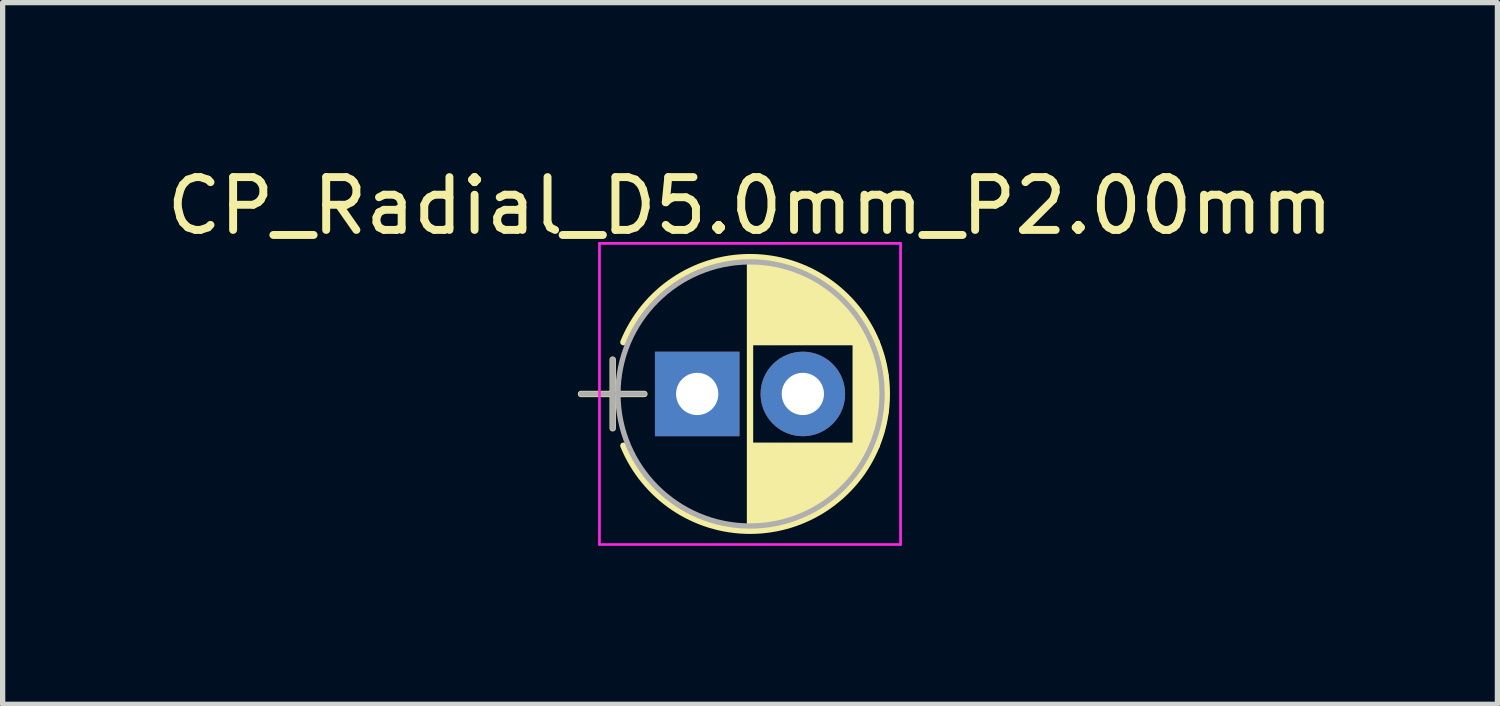
<source format=kicad_pcb>
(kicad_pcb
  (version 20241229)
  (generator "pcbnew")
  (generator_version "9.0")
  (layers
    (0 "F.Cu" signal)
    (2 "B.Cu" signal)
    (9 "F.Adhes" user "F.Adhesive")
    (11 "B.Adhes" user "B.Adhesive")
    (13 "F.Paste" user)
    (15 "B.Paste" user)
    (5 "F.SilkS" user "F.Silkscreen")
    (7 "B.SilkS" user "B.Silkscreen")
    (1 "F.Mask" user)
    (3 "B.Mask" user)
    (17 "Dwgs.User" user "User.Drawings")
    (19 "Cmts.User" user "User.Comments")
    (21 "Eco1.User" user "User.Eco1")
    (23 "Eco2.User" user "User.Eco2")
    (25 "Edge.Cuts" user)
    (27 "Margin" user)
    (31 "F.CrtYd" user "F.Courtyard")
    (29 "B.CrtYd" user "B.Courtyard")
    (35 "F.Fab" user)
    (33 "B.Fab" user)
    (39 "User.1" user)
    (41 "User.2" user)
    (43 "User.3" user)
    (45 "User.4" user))
  (footprint "CP_Radial_D5.0mm_P2.00mm"
    (layer "F.Cu")
    (at 10.149 4.408)
    (property "Reference" "CP_Radial_D5.0mm_P2.00mm" (at 1 -3.56 0) (layer "F.SilkS") (effects (font (size 1 1) (thickness 0.15))))
    (attr through_hole)
    (fp_line (start -2.2 0) (end -1 0) (stroke (width 0.12) (type solid)) (layer "F.SilkS"))
    (fp_line (start -1.6 -0.65) (end -1.6 0.65) (stroke (width 0.12) (type solid)) (layer "F.SilkS"))
    (fp_line (start 1 -2.55) (end 1 2.55) (stroke (width 0.12) (type solid)) (layer "F.SilkS"))
    (fp_line (start 1.04 -2.55) (end 1.04 -0.98) (stroke (width 0.12) (type solid)) (layer "F.SilkS"))
    (fp_line (start 1.04 0.98) (end 1.04 2.55) (stroke (width 0.12) (type solid)) (layer "F.SilkS"))
    (fp_line (start 1.08 -2.549) (end 1.08 -0.98) (stroke (width 0.12) (type solid)) (layer "F.SilkS"))
    (fp_line (start 1.08 0.98) (end 1.08 2.549) (stroke (width 0.12) (type solid)) (layer "F.SilkS"))
    (fp_line (start 1.12 -2.548) (end 1.12 -0.98) (stroke (width 0.12) (type solid)) (layer "F.SilkS"))
    (fp_line (start 1.12 0.98) (end 1.12 2.548) (stroke (width 0.12) (type solid)) (layer "F.SilkS"))
    (fp_line (start 1.16 -2.546) (end 1.16 -0.98) (stroke (width 0.12) (type solid)) (layer "F.SilkS"))
    (fp_line (start 1.16 0.98) (end 1.16 2.546) (stroke (width 0.12) (type solid)) (layer "F.SilkS"))
    (fp_line (start 1.2 -2.543) (end 1.2 -0.98) (stroke (width 0.12) (type solid)) (layer "F.SilkS"))
    (fp_line (start 1.2 0.98) (end 1.2 2.543) (stroke (width 0.12) (type solid)) (layer "F.SilkS"))
    (fp_line (start 1.24 -2.539) (end 1.24 -0.98) (stroke (width 0.12) (type solid)) (layer "F.SilkS"))
    (fp_line (start 1.24 0.98) (end 1.24 2.539) (stroke (width 0.12) (type solid)) (layer "F.SilkS"))
    (fp_line (start 1.28 -2.535) (end 1.28 -0.98) (stroke (width 0.12) (type solid)) (layer "F.SilkS"))
    (fp_line (start 1.28 0.98) (end 1.28 2.535) (stroke (width 0.12) (type solid)) (layer "F.SilkS"))
    (fp_line (start 1.32 -2.531) (end 1.32 -0.98) (stroke (width 0.12) (type solid)) (layer "F.SilkS"))
    (fp_line (start 1.32 0.98) (end 1.32 2.531) (stroke (width 0.12) (type solid)) (layer "F.SilkS"))
    (fp_line (start 1.36 -2.525) (end 1.36 -0.98) (stroke (width 0.12) (type solid)) (layer "F.SilkS"))
    (fp_line (start 1.36 0.98) (end 1.36 2.525) (stroke (width 0.12) (type solid)) (layer "F.SilkS"))
    (fp_line (start 1.4 -2.519) (end 1.4 -0.98) (stroke (width 0.12) (type solid)) (layer "F.SilkS"))
    (fp_line (start 1.4 0.98) (end 1.4 2.519) (stroke (width 0.12) (type solid)) (layer "F.SilkS"))
    (fp_line (start 1.44 -2.513) (end 1.44 -0.98) (stroke (width 0.12) (type solid)) (layer "F.SilkS"))
    (fp_line (start 1.44 0.98) (end 1.44 2.513) (stroke (width 0.12) (type solid)) (layer "F.SilkS"))
    (fp_line (start 1.48 -2.506) (end 1.48 -0.98) (stroke (width 0.12) (type solid)) (layer "F.SilkS"))
    (fp_line (start 1.48 0.98) (end 1.48 2.506) (stroke (width 0.12) (type solid)) (layer "F.SilkS"))
    (fp_line (start 1.52 -2.498) (end 1.52 -0.98) (stroke (width 0.12) (type solid)) (layer "F.SilkS"))
    (fp_line (start 1.52 0.98) (end 1.52 2.498) (stroke (width 0.12) (type solid)) (layer "F.SilkS"))
    (fp_line (start 1.56 -2.489) (end 1.56 -0.98) (stroke (width 0.12) (type solid)) (layer "F.SilkS"))
    (fp_line (start 1.56 0.98) (end 1.56 2.489) (stroke (width 0.12) (type solid)) (layer "F.SilkS"))
    (fp_line (start 1.6 -2.48) (end 1.6 -0.98) (stroke (width 0.12) (type solid)) (layer "F.SilkS"))
    (fp_line (start 1.6 0.98) (end 1.6 2.48) (stroke (width 0.12) (type solid)) (layer "F.SilkS"))
    (fp_line (start 1.64 -2.47) (end 1.64 -0.98) (stroke (width 0.12) (type solid)) (layer "F.SilkS"))
    (fp_line (start 1.64 0.98) (end 1.64 2.47) (stroke (width 0.12) (type solid)) (layer "F.SilkS"))
    (fp_line (start 1.68 -2.46) (end 1.68 -0.98) (stroke (width 0.12) (type solid)) (layer "F.SilkS"))
    (fp_line (start 1.68 0.98) (end 1.68 2.46) (stroke (width 0.12) (type solid)) (layer "F.SilkS"))
    (fp_line (start 1.721 -2.448) (end 1.721 -0.98) (stroke (width 0.12) (type solid)) (layer "F.SilkS"))
    (fp_line (start 1.721 0.98) (end 1.721 2.448) (stroke (width 0.12) (type solid)) (layer "F.SilkS"))
    (fp_line (start 1.761 -2.436) (end 1.761 -0.98) (stroke (width 0.12) (type solid)) (layer "F.SilkS"))
    (fp_line (start 1.761 0.98) (end 1.761 2.436) (stroke (width 0.12) (type solid)) (layer "F.SilkS"))
    (fp_line (start 1.801 -2.424) (end 1.801 -0.98) (stroke (width 0.12) (type solid)) (layer "F.SilkS"))
    (fp_line (start 1.801 0.98) (end 1.801 2.424) (stroke (width 0.12) (type solid)) (layer "F.SilkS"))
    (fp_line (start 1.841 -2.41) (end 1.841 -0.98) (stroke (width 0.12) (type solid)) (layer "F.SilkS"))
    (fp_line (start 1.841 0.98) (end 1.841 2.41) (stroke (width 0.12) (type solid)) (layer "F.SilkS"))
    (fp_line (start 1.881 -2.396) (end 1.881 -0.98) (stroke (width 0.12) (type solid)) (layer "F.SilkS"))
    (fp_line (start 1.881 0.98) (end 1.881 2.396) (stroke (width 0.12) (type solid)) (layer "F.SilkS"))
    (fp_line (start 1.921 -2.382) (end 1.921 -0.98) (stroke (width 0.12) (type solid)) (layer "F.SilkS"))
    (fp_line (start 1.921 0.98) (end 1.921 2.382) (stroke (width 0.12) (type solid)) (layer "F.SilkS"))
    (fp_line (start 1.961 -2.366) (end 1.961 -0.98) (stroke (width 0.12) (type solid)) (layer "F.SilkS"))
    (fp_line (start 1.961 0.98) (end 1.961 2.366) (stroke (width 0.12) (type solid)) (layer "F.SilkS"))
    (fp_line (start 2.001 -2.35) (end 2.001 -0.98) (stroke (width 0.12) (type solid)) (layer "F.SilkS"))
    (fp_line (start 2.001 0.98) (end 2.001 2.35) (stroke (width 0.12) (type solid)) (layer "F.SilkS"))
    (fp_line (start 2.041 -2.333) (end 2.041 -0.98) (stroke (width 0.12) (type solid)) (layer "F.SilkS"))
    (fp_line (start 2.041 0.98) (end 2.041 2.333) (stroke (width 0.12) (type solid)) (layer "F.SilkS"))
    (fp_line (start 2.081 -2.315) (end 2.081 -0.98) (stroke (width 0.12) (type solid)) (layer "F.SilkS"))
    (fp_line (start 2.081 0.98) (end 2.081 2.315) (stroke (width 0.12) (type solid)) (layer "F.SilkS"))
    (fp_line (start 2.121 -2.296) (end 2.121 -0.98) (stroke (width 0.12) (type solid)) (layer "F.SilkS"))
    (fp_line (start 2.121 0.98) (end 2.121 2.296) (stroke (width 0.12) (type solid)) (layer "F.SilkS"))
    (fp_line (start 2.161 -2.276) (end 2.161 -0.98) (stroke (width 0.12) (type solid)) (layer "F.SilkS"))
    (fp_line (start 2.161 0.98) (end 2.161 2.276) (stroke (width 0.12) (type solid)) (layer "F.SilkS"))
    (fp_line (start 2.201 -2.256) (end 2.201 -0.98) (stroke (width 0.12) (type solid)) (layer "F.SilkS"))
    (fp_line (start 2.201 0.98) (end 2.201 2.256) (stroke (width 0.12) (type solid)) (layer "F.SilkS"))
    (fp_line (start 2.241 -2.234) (end 2.241 -0.98) (stroke (width 0.12) (type solid)) (layer "F.SilkS"))
    (fp_line (start 2.241 0.98) (end 2.241 2.234) (stroke (width 0.12) (type solid)) (layer "F.SilkS"))
    (fp_line (start 2.281 -2.212) (end 2.281 -0.98) (stroke (width 0.12) (type solid)) (layer "F.SilkS"))
    (fp_line (start 2.281 0.98) (end 2.281 2.212) (stroke (width 0.12) (type solid)) (layer "F.SilkS"))
    (fp_line (start 2.321 -2.189) (end 2.321 -0.98) (stroke (width 0.12) (type solid)) (layer "F.SilkS"))
    (fp_line (start 2.321 0.98) (end 2.321 2.189) (stroke (width 0.12) (type solid)) (layer "F.SilkS"))
    (fp_line (start 2.361 -2.165) (end 2.361 -0.98) (stroke (width 0.12) (type solid)) (layer "F.SilkS"))
    (fp_line (start 2.361 0.98) (end 2.361 2.165) (stroke (width 0.12) (type solid)) (layer "F.SilkS"))
    (fp_line (start 2.401 -2.14) (end 2.401 -0.98) (stroke (width 0.12) (type solid)) (layer "F.SilkS"))
    (fp_line (start 2.401 0.98) (end 2.401 2.14) (stroke (width 0.12) (type solid)) (layer "F.SilkS"))
    (fp_line (start 2.441 -2.113) (end 2.441 -0.98) (stroke (width 0.12) (type solid)) (layer "F.SilkS"))
    (fp_line (start 2.441 0.98) (end 2.441 2.113) (stroke (width 0.12) (type solid)) (layer "F.SilkS"))
    (fp_line (start 2.481 -2.086) (end 2.481 -0.98) (stroke (width 0.12) (type solid)) (layer "F.SilkS"))
    (fp_line (start 2.481 0.98) (end 2.481 2.086) (stroke (width 0.12) (type solid)) (layer "F.SilkS"))
    (fp_line (start 2.521 -2.058) (end 2.521 -0.98) (stroke (width 0.12) (type solid)) (layer "F.SilkS"))
    (fp_line (start 2.521 0.98) (end 2.521 2.058) (stroke (width 0.12) (type solid)) (layer "F.SilkS"))
    (fp_line (start 2.561 -2.028) (end 2.561 -0.98) (stroke (width 0.12) (type solid)) (layer "F.SilkS"))
    (fp_line (start 2.561 0.98) (end 2.561 2.028) (stroke (width 0.12) (type solid)) (layer "F.SilkS"))
    (fp_line (start 2.601 -1.997) (end 2.601 -0.98) (stroke (width 0.12) (type solid)) (layer "F.SilkS"))
    (fp_line (start 2.601 0.98) (end 2.601 1.997) (stroke (width 0.12) (type solid)) (layer "F.SilkS"))
    (fp_line (start 2.641 -1.965) (end 2.641 -0.98) (stroke (width 0.12) (type solid)) (layer "F.SilkS"))
    (fp_line (start 2.641 0.98) (end 2.641 1.965) (stroke (width 0.12) (type solid)) (layer "F.SilkS"))
    (fp_line (start 2.681 -1.932) (end 2.681 -0.98) (stroke (width 0.12) (type solid)) (layer "F.SilkS"))
    (fp_line (start 2.681 0.98) (end 2.681 1.932) (stroke (width 0.12) (type solid)) (layer "F.SilkS"))
    (fp_line (start 2.721 -1.897) (end 2.721 -0.98) (stroke (width 0.12) (type solid)) (layer "F.SilkS"))
    (fp_line (start 2.721 0.98) (end 2.721 1.897) (stroke (width 0.12) (type solid)) (layer "F.SilkS"))
    (fp_line (start 2.761 -1.861) (end 2.761 -0.98) (stroke (width 0.12) (type solid)) (layer "F.SilkS"))
    (fp_line (start 2.761 0.98) (end 2.761 1.861) (stroke (width 0.12) (type solid)) (layer "F.SilkS"))
    (fp_line (start 2.801 -1.823) (end 2.801 -0.98) (stroke (width 0.12) (type solid)) (layer "F.SilkS"))
    (fp_line (start 2.801 0.98) (end 2.801 1.823) (stroke (width 0.12) (type solid)) (layer "F.SilkS"))
    (fp_line (start 2.841 -1.783) (end 2.841 -0.98) (stroke (width 0.12) (type solid)) (layer "F.SilkS"))
    (fp_line (start 2.841 0.98) (end 2.841 1.783) (stroke (width 0.12) (type solid)) (layer "F.SilkS"))
    (fp_line (start 2.881 -1.742) (end 2.881 -0.98) (stroke (width 0.12) (type solid)) (layer "F.SilkS"))
    (fp_line (start 2.881 0.98) (end 2.881 1.742) (stroke (width 0.12) (type solid)) (layer "F.SilkS"))
    (fp_line (start 2.921 -1.699) (end 2.921 -0.98) (stroke (width 0.12) (type solid)) (layer "F.SilkS"))
    (fp_line (start 2.921 0.98) (end 2.921 1.699) (stroke (width 0.12) (type solid)) (layer "F.SilkS"))
    (fp_line (start 2.961 -1.654) (end 2.961 -0.98) (stroke (width 0.12) (type solid)) (layer "F.SilkS"))
    (fp_line (start 2.961 0.98) (end 2.961 1.654) (stroke (width 0.12) (type solid)) (layer "F.SilkS"))
    (fp_line (start 3.001 -1.606) (end 3.001 1.606) (stroke (width 0.12) (type solid)) (layer "F.SilkS"))
    (fp_line (start 3.041 -1.556) (end 3.041 1.556) (stroke (width 0.12) (type solid)) (layer "F.SilkS"))
    (fp_line (start 3.081 -1.504) (end 3.081 1.504) (stroke (width 0.12) (type solid)) (layer "F.SilkS"))
    (fp_line (start 3.121 -1.448) (end 3.121 1.448) (stroke (width 0.12) (type solid)) (layer "F.SilkS"))
    (fp_line (start 3.161 -1.39) (end 3.161 1.39) (stroke (width 0.12) (type solid)) (layer "F.SilkS"))
    (fp_line (start 3.201 -1.327) (end 3.201 1.327) (stroke (width 0.12) (type solid)) (layer "F.SilkS"))
    (fp_line (start 3.241 -1.261) (end 3.241 1.261) (stroke (width 0.12) (type solid)) (layer "F.SilkS"))
    (fp_line (start 3.281 -1.189) (end 3.281 1.189) (stroke (width 0.12) (type solid)) (layer "F.SilkS"))
    (fp_line (start 3.321 -1.112) (end 3.321 1.112) (stroke (width 0.12) (type solid)) (layer "F.SilkS"))
    (fp_line (start 3.361 -1.028) (end 3.361 1.028) (stroke (width 0.12) (type solid)) (layer "F.SilkS"))
    (fp_line (start 3.401 -0.934) (end 3.401 0.934) (stroke (width 0.12) (type solid)) (layer "F.SilkS"))
    (fp_line (start 3.441 -0.829) (end 3.441 0.829) (stroke (width 0.12) (type solid)) (layer "F.SilkS"))
    (fp_line (start 3.481 -0.707) (end 3.481 0.707) (stroke (width 0.12) (type solid)) (layer "F.SilkS"))
    (fp_line (start 3.521 -0.559) (end 3.521 0.559) (stroke (width 0.12) (type solid)) (layer "F.SilkS"))
    (fp_line (start 3.561 -0.354) (end 3.561 0.354) (stroke (width 0.12) (type solid)) (layer "F.SilkS"))
    (fp_arc (start -1.397436 -0.98) (mid 0.999244 -2.59) (end 3.396863 -0.9814) (stroke (width 0.12) (type solid)) (layer "F.SilkS"))
    (fp_arc (start 3.396863 0.9814) (mid 0.999244 2.59) (end -1.397436 0.98) (stroke (width 0.12) (type solid)) (layer "F.SilkS"))
    (fp_arc (start 3.397436 -0.98) (mid 3.59 0.000756) (end 3.396863 0.9814) (stroke (width 0.12) (type solid)) (layer "F.SilkS"))
    (fp_line (start -1.85 -2.85) (end -1.85 2.85) (stroke (width 0.05) (type solid)) (layer "F.CrtYd"))
    (fp_line (start -1.85 2.85) (end 3.85 2.85) (stroke (width 0.05) (type solid)) (layer "F.CrtYd"))
    (fp_line (start 3.85 -2.85) (end -1.85 -2.85) (stroke (width 0.05) (type solid)) (layer "F.CrtYd"))
    (fp_line (start 3.85 2.85) (end 3.85 -2.85) (stroke (width 0.05) (type solid)) (layer "F.CrtYd"))
    (fp_line (start -2.2 0) (end -1 0) (stroke (width 0.1) (type solid)) (layer "F.Fab"))
    (fp_line (start -1.6 -0.65) (end -1.6 0.65) (stroke (width 0.1) (type solid)) (layer "F.Fab"))
    (fp_circle (center 1 0) (end 3.5 0) (stroke (width 0.1) (type solid)) (fill no) (layer "F.Fab"))
    (pad "1" thru_hole rect (at 0 0) (size 1.6 1.6) (drill 0.8) (layers "*.Mask" "B.Cu"))
    (pad "2" thru_hole circle (at 2 0) (size 1.6 1.6) (drill 0.8) (layers "*.Mask" "B.Cu")))
  (gr_rect
    (start -3 -3)
    (end 25.298 10.283)
    (stroke (width 0.1) (type default))
    (fill no)
    (layer "Edge.Cuts")))
</source>
